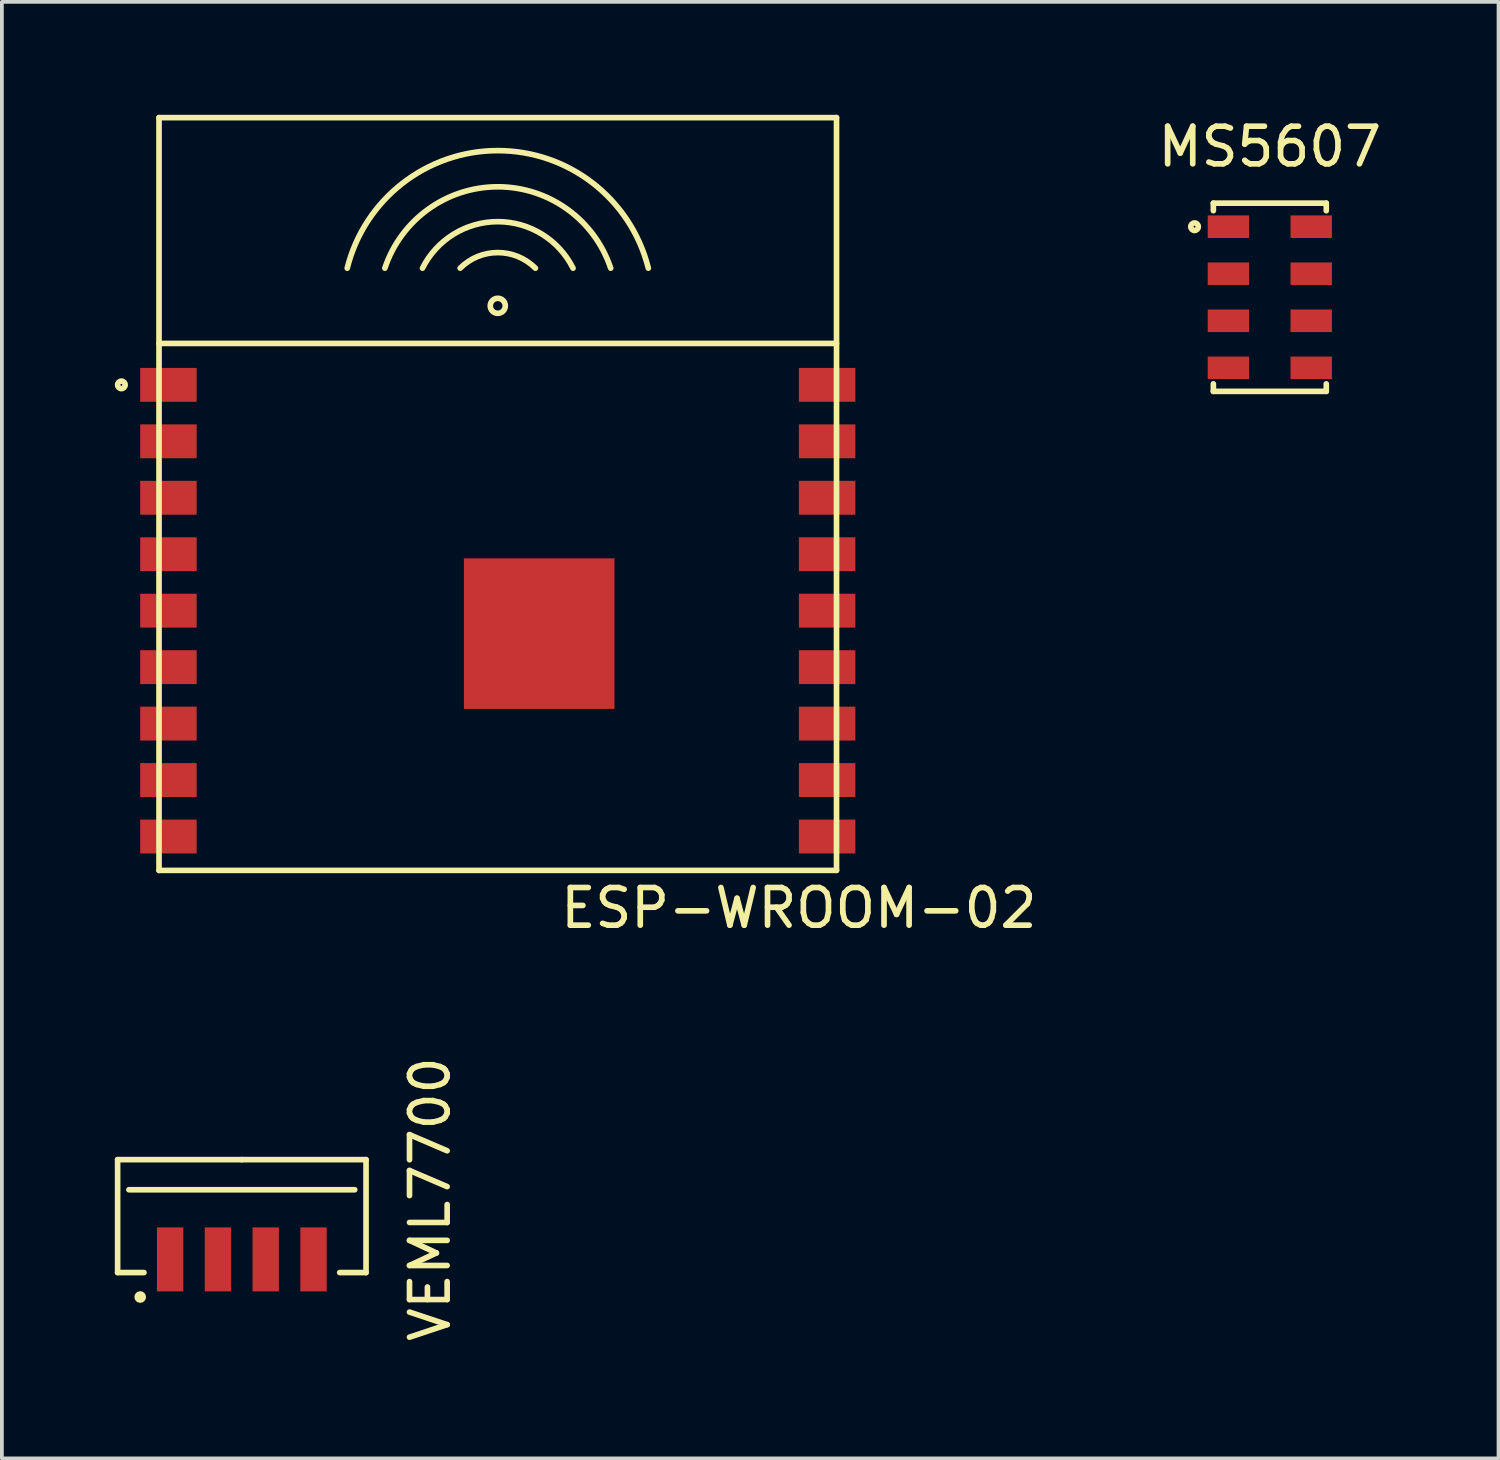
<source format=kicad_pcb>
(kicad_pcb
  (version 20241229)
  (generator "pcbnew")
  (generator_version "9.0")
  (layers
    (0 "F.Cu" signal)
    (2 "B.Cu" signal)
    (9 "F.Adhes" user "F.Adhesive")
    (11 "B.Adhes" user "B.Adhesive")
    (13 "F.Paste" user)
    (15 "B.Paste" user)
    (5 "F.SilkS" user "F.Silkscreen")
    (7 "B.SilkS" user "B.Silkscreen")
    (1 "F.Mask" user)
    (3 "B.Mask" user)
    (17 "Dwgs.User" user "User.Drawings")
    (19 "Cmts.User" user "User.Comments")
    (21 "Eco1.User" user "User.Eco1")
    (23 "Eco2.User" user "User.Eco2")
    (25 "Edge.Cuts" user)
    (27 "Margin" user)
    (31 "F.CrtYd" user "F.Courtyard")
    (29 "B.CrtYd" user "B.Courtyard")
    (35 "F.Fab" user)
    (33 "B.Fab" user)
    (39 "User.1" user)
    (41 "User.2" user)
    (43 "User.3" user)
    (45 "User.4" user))
  (footprint "VEML7700"
    (layer "F.Cu")
    (at 3.375 28.81)
    (property "Reference" "VEML7700" (at 5 0 90) (layer "F.SilkS") (effects (font (size 1 1) (thickness 0.15))))
    (attr through_hole)
    (fp_line (start -3.3 -1.05) (end -3.3 1.95) (stroke (width 0.15) (type solid)) (layer "F.SilkS"))
    (fp_line (start -3.3 1.95) (end -2.6 1.95) (stroke (width 0.15) (type solid)) (layer "F.SilkS"))
    (fp_line (start -3 -0.25) (end 3 -0.25) (stroke (width 0.15) (type solid)) (layer "F.SilkS"))
    (fp_line (start 0 -1.05) (end -3.3 -1.05) (stroke (width 0.15) (type solid)) (layer "F.SilkS"))
    (fp_line (start 0 -1.05) (end 3.3 -1.05) (stroke (width 0.15) (type solid)) (layer "F.SilkS"))
    (fp_line (start 3.3 -1.05) (end 3.3 1.95) (stroke (width 0.15) (type solid)) (layer "F.SilkS"))
    (fp_line (start 3.3 1.95) (end 2.6 1.95) (stroke (width 0.15) (type solid)) (layer "F.SilkS"))
    (fp_circle (center -2.7 2.6) (end -2.62 2.6) (stroke (width 0.15) (type solid)) (fill no) (layer "F.SilkS"))
    (pad "1" smd rect (at -1.905 1.6) (size 0.7 1.7) (layers "F.Cu" "F.Mask" "F.Paste"))
    (pad "2" smd rect (at -0.635 1.6) (size 0.7 1.7) (layers "F.Cu" "F.Mask" "F.Paste"))
    (pad "3" smd rect (at 0.635 1.6) (size 0.7 1.7) (layers "F.Cu" "F.Mask" "F.Paste"))
    (pad "4" smd rect (at 1.905 1.6) (size 0.7 1.7) (layers "F.Cu" "F.Mask" "F.Paste")))
  (footprint "MS5607"
    (layer "F.Cu")
    (at 30.687 4.848)
    (property "Reference" "MS5607" (at 0 -4 0) (layer "F.SilkS") (effects (font (size 1 1) (thickness 0.15))))
    (attr through_hole)
    (fp_line (start -1.5 -2.5) (end -1.5 -2.3) (stroke (width 0.15) (type solid)) (layer "F.SilkS"))
    (fp_line (start -1.5 -2.5) (end 1.5 -2.5) (stroke (width 0.15) (type solid)) (layer "F.SilkS"))
    (fp_line (start -1.5 2.3) (end -1.5 2.5) (stroke (width 0.15) (type solid)) (layer "F.SilkS"))
    (fp_line (start -1.5 2.5) (end 1.5 2.5) (stroke (width 0.15) (type solid)) (layer "F.SilkS"))
    (fp_line (start 1.5 -2.5) (end 1.5 -2.3) (stroke (width 0.15) (type solid)) (layer "F.SilkS"))
    (fp_line (start 1.5 2.5) (end 1.5 2.3) (stroke (width 0.15) (type solid)) (layer "F.SilkS"))
    (fp_circle (center -2 -1.875) (end -1.9 -1.875) (stroke (width 0.15) (type solid)) (fill no) (layer "F.SilkS"))
    (pad "1" smd rect (at -1.1 -1.875) (size 1.1 0.6) (layers "F.Cu" "F.Mask" "F.Paste"))
    (pad "2" smd rect (at -1.1 -0.625) (size 1.1 0.6) (layers "F.Cu" "F.Mask" "F.Paste"))
    (pad "3" smd rect (at -1.1 0.625) (size 1.1 0.6) (layers "F.Cu" "F.Mask" "F.Paste"))
    (pad "4" smd rect (at -1.1 1.875) (size 1.1 0.6) (layers "F.Cu" "F.Mask" "F.Paste"))
    (pad "5" smd rect (at 1.1 1.875) (size 1.1 0.6) (layers "F.Cu" "F.Mask" "F.Paste"))
    (pad "6" smd rect (at 1.1 0.625) (size 1.1 0.6) (layers "F.Cu" "F.Mask" "F.Paste"))
    (pad "7" smd rect (at 1.1 -0.625) (size 1.1 0.6) (layers "F.Cu" "F.Mask" "F.Paste"))
    (pad "8" smd rect (at 1.1 -1.875) (size 1.1 0.6) (layers "F.Cu" "F.Mask" "F.Paste")))
  (footprint "ESP-WROOM-02"
    (layer "F.Cu")
    (at 10.175 13.075)
    (property "Reference" "ESP-WROOM-02" (at 8 8 0) (layer "F.SilkS") (effects (font (size 1 1) (thickness 0.15))))
    (attr through_hole)
    (fp_line (start -9 -13) (end 9 -13) (stroke (width 0.15) (type solid)) (layer "F.SilkS"))
    (fp_line (start -9 -7) (end 9 -7) (stroke (width 0.15) (type solid)) (layer "F.SilkS"))
    (fp_line (start -9 7) (end -9 -13) (stroke (width 0.15) (type solid)) (layer "F.SilkS"))
    (fp_line (start 9 -13) (end 9 7) (stroke (width 0.15) (type solid)) (layer "F.SilkS"))
    (fp_line (start 9 7) (end -9 7) (stroke (width 0.15) (type solid)) (layer "F.SilkS"))
    (fp_arc (start -3.999999 -9) (mid 0 -12.123105) (end 3.999999 -8.999999) (stroke (width 0.15) (type solid)) (layer "F.SilkS"))
    (fp_arc (start -2.999999 -9) (mid 0 -11.162277) (end 2.999999 -8.999999) (stroke (width 0.15) (type solid)) (layer "F.SilkS"))
    (fp_arc (start -1.999999 -9) (mid 0 -10.236067) (end 1.999999 -8.999999) (stroke (width 0.15) (type solid)) (layer "F.SilkS"))
    (fp_arc (start -0.999999 -8.999999) (mid 0 -9.414212) (end 0.999999 -8.999999) (stroke (width 0.15) (type solid)) (layer "F.SilkS"))
    (fp_circle (center -10 -5.9) (end -9.9 -5.9) (stroke (width 0.15) (type solid)) (fill no) (layer "F.SilkS"))
    (fp_circle (center 0 -8) (end 0.2 -8) (stroke (width 0.15) (type solid)) (fill no) (layer "F.SilkS"))
    (pad "1" smd rect (at -8.75 -5.9) (size 1.5 0.9) (layers "F.Cu" "F.Mask" "F.Paste"))
    (pad "2" smd rect (at -8.75 -4.4) (size 1.5 0.9) (layers "F.Cu" "F.Mask" "F.Paste"))
    (pad "3" smd rect (at -8.75 -2.9) (size 1.5 0.9) (layers "F.Cu" "F.Mask" "F.Paste"))
    (pad "4" smd rect (at -8.75 -1.4) (size 1.5 0.9) (layers "F.Cu" "F.Mask" "F.Paste"))
    (pad "5" smd rect (at -8.75 0.1) (size 1.5 0.9) (layers "F.Cu" "F.Mask" "F.Paste"))
    (pad "6" smd rect (at -8.75 1.6) (size 1.5 0.9) (layers "F.Cu" "F.Mask" "F.Paste"))
    (pad "7" smd rect (at -8.75 3.1) (size 1.5 0.9) (layers "F.Cu" "F.Mask" "F.Paste"))
    (pad "8" smd rect (at -8.75 4.6) (size 1.5 0.9) (layers "F.Cu" "F.Mask" "F.Paste"))
    (pad "9" smd rect (at -8.75 6.1) (size 1.5 0.9) (layers "F.Cu" "F.Mask" "F.Paste"))
    (pad "10" smd rect (at 8.75 6.1) (size 1.5 0.9) (layers "F.Cu" "F.Mask" "F.Paste"))
    (pad "11" smd rect (at 8.75 4.6) (size 1.5 0.9) (layers "F.Cu" "F.Mask" "F.Paste"))
    (pad "12" smd rect (at 8.75 3.1) (size 1.5 0.9) (layers "F.Cu" "F.Mask" "F.Paste"))
    (pad "13" smd rect (at 8.75 1.6) (size 1.5 0.9) (layers "F.Cu" "F.Mask" "F.Paste"))
    (pad "14" smd rect (at 8.75 0.1) (size 1.5 0.9) (layers "F.Cu" "F.Mask" "F.Paste"))
    (pad "15" smd rect (at 8.75 -1.4) (size 1.5 0.9) (layers "F.Cu" "F.Mask" "F.Paste"))
    (pad "16" smd rect (at 8.75 -2.9) (size 1.5 0.9) (layers "F.Cu" "F.Mask" "F.Paste"))
    (pad "17" smd rect (at 8.75 -4.4) (size 1.5 0.9) (layers "F.Cu" "F.Mask" "F.Paste"))
    (pad "18" smd rect (at 8.75 -5.9) (size 1.5 0.9) (layers "F.Cu" "F.Mask" "F.Paste"))
    (pad "19" smd rect (at 1.1 0.71) (size 4 4) (layers "F.Cu" "F.Mask" "F.Paste")))
  (gr_rect
    (start -3 -3)
    (end 36.764 35.697)
    (stroke (width 0.1) (type default))
    (fill no)
    (layer "Edge.Cuts")))
</source>
